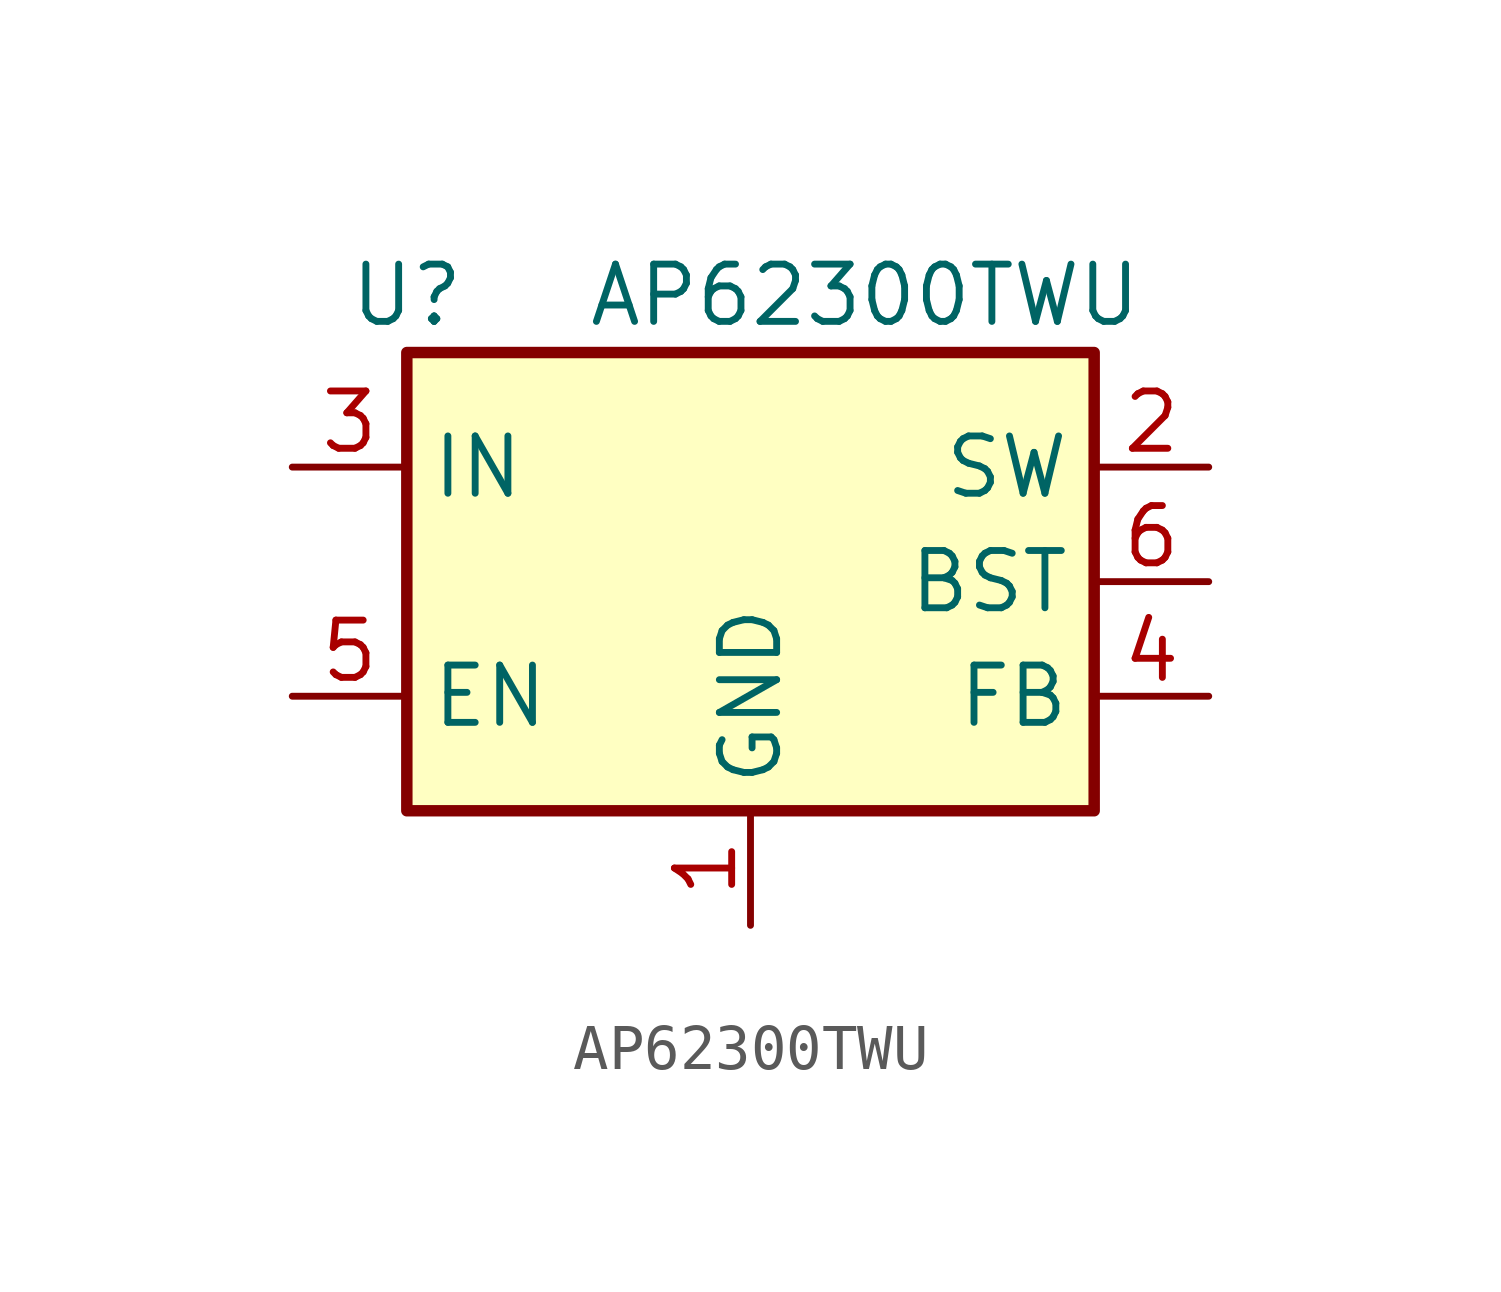
<source format=kicad_sym>
(kicad_symbol_lib
  (version 20241209)
  (generator "kicad_symbol_editor")
  (generator_version "9.0")
  (symbol "AP62300TWU"
    (property "Reference" "U"
      (at -7.62 6.35 0)
      (effects (font (size 1.27 1.27))))
    (property "Value" "AP62300TWU"
      (at 2.54 6.35 0)
      (effects (font (size 1.27 1.27))))
    (symbol "AP62300TWU_0_1"
      (rectangle (start -7.62 5.08) (end 7.62 -5.08) (stroke (width 0.254) (type default)) (fill (type background))))
    (symbol "AP62300TWU_1_1"
      (pin power_in line (at -10.16 2.54 0) (length 2.54) (name "IN" (effects (font (size 1.27 1.27)))) (number "3" (effects (font (size 1.27 1.27)))))
      (pin input line (at -10.16 -2.54 0) (length 2.54) (name "EN" (effects (font (size 1.27 1.27)))) (number "5" (effects (font (size 1.27 1.27)))))
      (pin power_in line (at 0 -7.62 90) (length 2.54) (name "GND" (effects (font (size 1.27 1.27)))) (number "1" (effects (font (size 1.27 1.27)))))
      (pin output line (at 10.16 2.54 180) (length 2.54) (name "SW" (effects (font (size 1.27 1.27)))) (number "2" (effects (font (size 1.27 1.27)))))
      (pin passive line (at 10.16 0 180) (length 2.54) (name "BST" (effects (font (size 1.27 1.27)))) (number "6" (effects (font (size 1.27 1.27)))))
      (pin input line (at 10.16 -2.54 180) (length 2.54) (name "FB" (effects (font (size 1.27 1.27)))) (number "4" (effects (font (size 1.27 1.27))))))))
</source>
